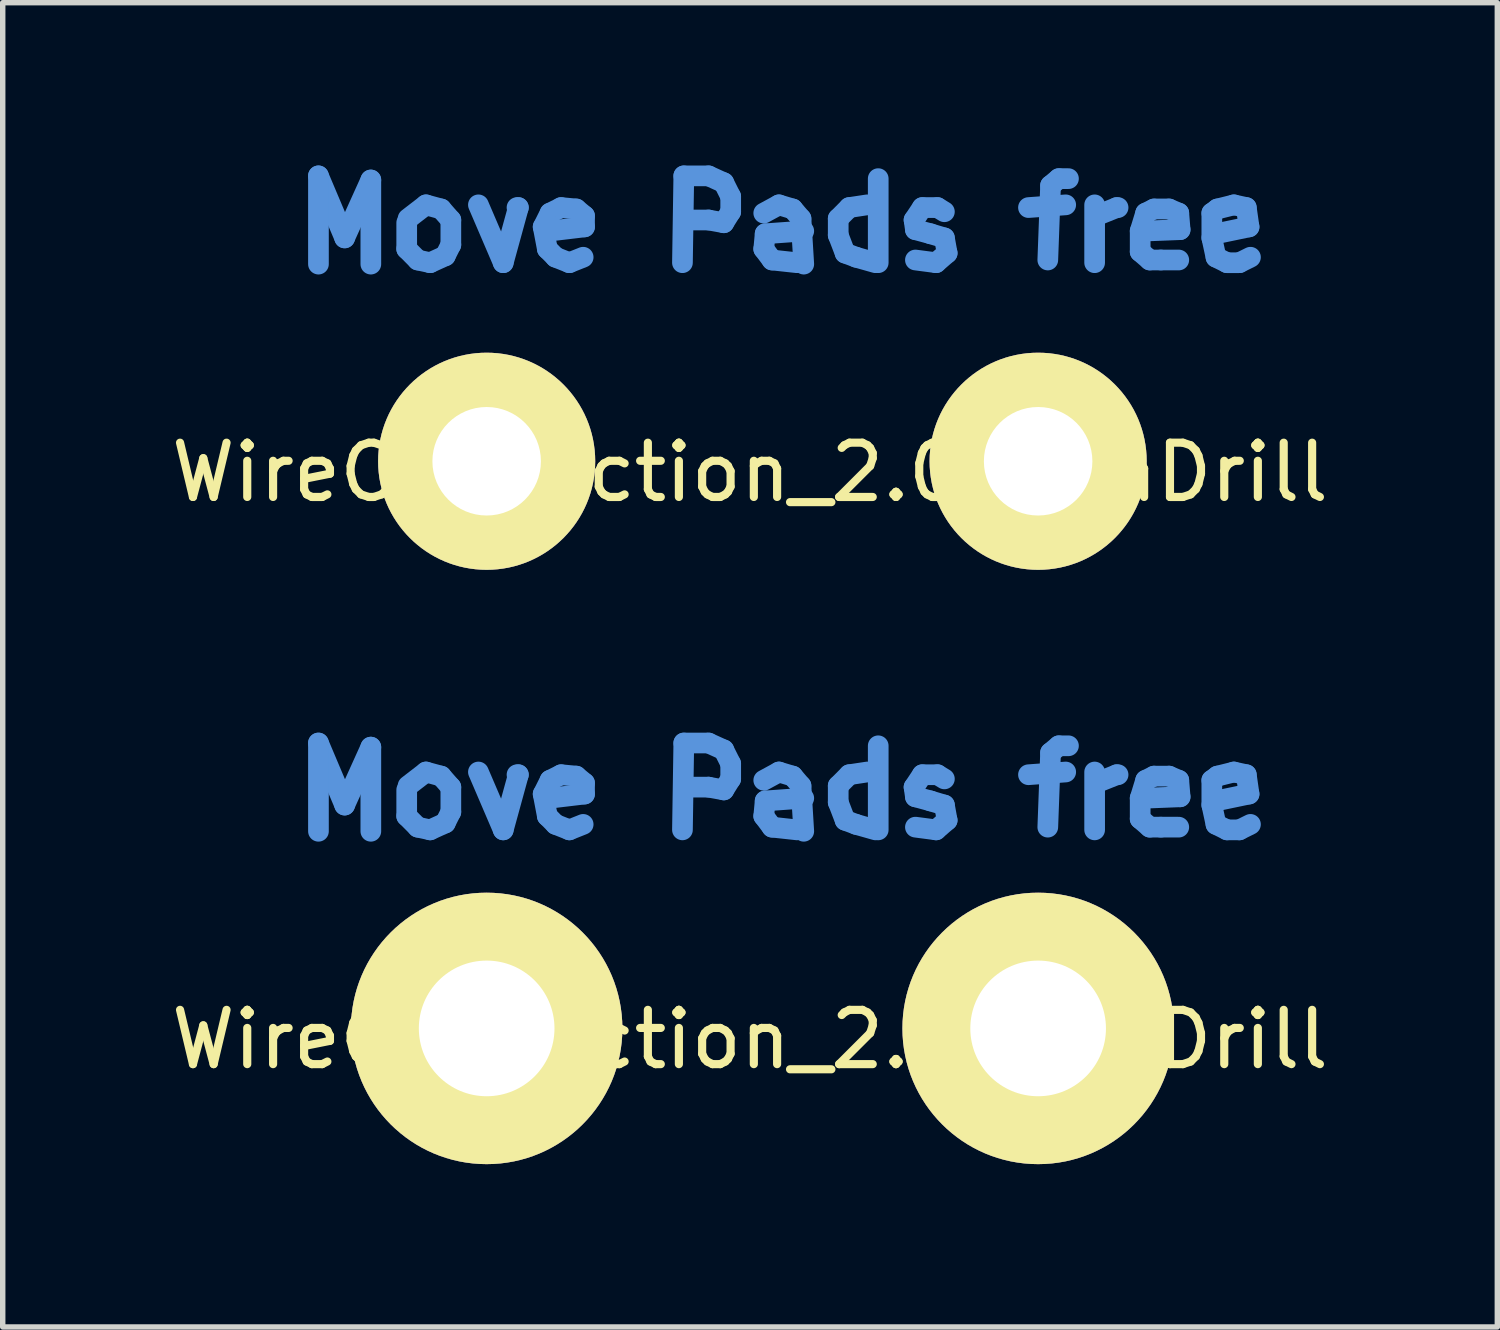
<source format=kicad_pcb>
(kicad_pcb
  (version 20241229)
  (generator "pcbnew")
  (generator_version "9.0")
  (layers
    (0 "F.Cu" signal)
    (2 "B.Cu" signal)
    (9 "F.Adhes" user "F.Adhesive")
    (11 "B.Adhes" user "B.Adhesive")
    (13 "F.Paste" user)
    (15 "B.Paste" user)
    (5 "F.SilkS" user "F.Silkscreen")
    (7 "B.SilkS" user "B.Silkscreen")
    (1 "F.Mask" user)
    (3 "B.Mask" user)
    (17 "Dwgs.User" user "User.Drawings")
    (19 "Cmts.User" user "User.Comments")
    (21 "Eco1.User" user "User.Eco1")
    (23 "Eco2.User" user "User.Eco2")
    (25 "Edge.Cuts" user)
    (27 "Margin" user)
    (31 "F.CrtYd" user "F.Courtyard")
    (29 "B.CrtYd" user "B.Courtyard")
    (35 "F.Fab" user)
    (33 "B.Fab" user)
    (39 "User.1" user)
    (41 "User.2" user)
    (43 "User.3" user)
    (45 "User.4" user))
  (footprint "WireConnection_2.00mmDrill"
    (layer "F.Cu")
    (at 5.916 5.448)
    (property "Reference" "WireConnection_2.00mmDrill" (at 4.851 0.203 0) (layer "F.SilkS") (effects (font (size 1 1) (thickness 0.15))))
    (attr through_hole)
    (fp_line (start -3.099 -5.258) (end -2.616 -4.115) (stroke (width 0.381) (type solid)) (layer "Cmts.User"))
    (fp_line (start -3.099 -3.632) (end -3.099 -5.258) (stroke (width 0.381) (type solid)) (layer "Cmts.User"))
    (fp_line (start -2.616 -4.115) (end -2.134 -5.182) (stroke (width 0.381) (type solid)) (layer "Cmts.User"))
    (fp_line (start -2.134 -5.182) (end -2.134 -3.632) (stroke (width 0.381) (type solid)) (layer "Cmts.User"))
    (fp_line (start -1.473 -4.394) (end -1.473 -3.912) (stroke (width 0.381) (type solid)) (layer "Cmts.User"))
    (fp_line (start -1.473 -3.912) (end -1.27 -3.708) (stroke (width 0.381) (type solid)) (layer "Cmts.User"))
    (fp_line (start -1.27 -3.708) (end -1.041 -3.658) (stroke (width 0.381) (type solid)) (layer "Cmts.User"))
    (fp_line (start -1.118 -4.724) (end -1.448 -4.47) (stroke (width 0.381) (type solid)) (layer "Cmts.User"))
    (fp_line (start -1.041 -3.658) (end -0.762 -3.785) (stroke (width 0.381) (type solid)) (layer "Cmts.User"))
    (fp_line (start -0.838 -4.648) (end -1.118 -4.724) (stroke (width 0.381) (type solid)) (layer "Cmts.User"))
    (fp_line (start -0.762 -3.785) (end -0.66 -3.988) (stroke (width 0.381) (type solid)) (layer "Cmts.User"))
    (fp_line (start -0.66 -4.445) (end -0.838 -4.648) (stroke (width 0.381) (type solid)) (layer "Cmts.User"))
    (fp_line (start -0.66 -3.988) (end -0.66 -4.445) (stroke (width 0.381) (type solid)) (layer "Cmts.User"))
    (fp_line (start -0.152 -4.724) (end 0.305 -3.658) (stroke (width 0.381) (type solid)) (layer "Cmts.User"))
    (fp_line (start 0.305 -3.658) (end 0.584 -4.674) (stroke (width 0.381) (type solid)) (layer "Cmts.User"))
    (fp_line (start 0.584 -4.674) (end 0.559 -4.674) (stroke (width 0.381) (type solid)) (layer "Cmts.User"))
    (fp_line (start 1.041 -4.318) (end 1.168 -4.572) (stroke (width 0.381) (type solid)) (layer "Cmts.User"))
    (fp_line (start 1.118 -3.912) (end 1.041 -4.318) (stroke (width 0.381) (type solid)) (layer "Cmts.User"))
    (fp_line (start 1.168 -4.572) (end 1.372 -4.674) (stroke (width 0.381) (type solid)) (layer "Cmts.User"))
    (fp_line (start 1.27 -3.759) (end 1.118 -3.912) (stroke (width 0.381) (type solid)) (layer "Cmts.User"))
    (fp_line (start 1.372 -4.674) (end 1.651 -4.648) (stroke (width 0.381) (type solid)) (layer "Cmts.User"))
    (fp_line (start 1.524 -3.658) (end 1.27 -3.759) (stroke (width 0.381) (type solid)) (layer "Cmts.User"))
    (fp_line (start 1.651 -4.648) (end 1.803 -4.521) (stroke (width 0.381) (type solid)) (layer "Cmts.User"))
    (fp_line (start 1.778 -3.759) (end 1.524 -3.658) (stroke (width 0.381) (type solid)) (layer "Cmts.User"))
    (fp_line (start 1.803 -4.521) (end 1.803 -4.318) (stroke (width 0.381) (type solid)) (layer "Cmts.User"))
    (fp_line (start 1.803 -4.318) (end 1.168 -4.242) (stroke (width 0.381) (type solid)) (layer "Cmts.User"))
    (fp_line (start 3.607 -3.658) (end 3.632 -5.258) (stroke (width 0.381) (type solid)) (layer "Cmts.User"))
    (fp_line (start 3.632 -5.258) (end 4.089 -5.258) (stroke (width 0.381) (type solid)) (layer "Cmts.User"))
    (fp_line (start 4.089 -5.258) (end 4.369 -5.131) (stroke (width 0.381) (type solid)) (layer "Cmts.User"))
    (fp_line (start 4.089 -4.445) (end 3.632 -4.445) (stroke (width 0.381) (type solid)) (layer "Cmts.User"))
    (fp_line (start 4.369 -5.131) (end 4.496 -4.877) (stroke (width 0.381) (type solid)) (layer "Cmts.User"))
    (fp_line (start 4.369 -4.394) (end 4.089 -4.445) (stroke (width 0.381) (type solid)) (layer "Cmts.User"))
    (fp_line (start 4.496 -4.877) (end 4.496 -4.597) (stroke (width 0.381) (type solid)) (layer "Cmts.User"))
    (fp_line (start 4.496 -4.597) (end 4.369 -4.394) (stroke (width 0.381) (type solid)) (layer "Cmts.User"))
    (fp_line (start 5.105 -4.572) (end 5.385 -4.724) (stroke (width 0.381) (type solid)) (layer "Cmts.User"))
    (fp_line (start 5.105 -3.912) (end 5.131 -4.191) (stroke (width 0.381) (type solid)) (layer "Cmts.User"))
    (fp_line (start 5.131 -4.191) (end 5.842 -4.242) (stroke (width 0.381) (type solid)) (layer "Cmts.User"))
    (fp_line (start 5.258 -3.708) (end 5.105 -3.912) (stroke (width 0.381) (type solid)) (layer "Cmts.User"))
    (fp_line (start 5.385 -4.724) (end 5.639 -4.648) (stroke (width 0.381) (type solid)) (layer "Cmts.User"))
    (fp_line (start 5.639 -4.648) (end 5.791 -4.47) (stroke (width 0.381) (type solid)) (layer "Cmts.User"))
    (fp_line (start 5.715 -3.658) (end 5.258 -3.708) (stroke (width 0.381) (type solid)) (layer "Cmts.User"))
    (fp_line (start 5.791 -4.47) (end 5.842 -3.632) (stroke (width 0.381) (type solid)) (layer "Cmts.User"))
    (fp_line (start 6.477 -4.47) (end 6.68 -4.674) (stroke (width 0.381) (type solid)) (layer "Cmts.User"))
    (fp_line (start 6.477 -4.166) (end 6.477 -4.47) (stroke (width 0.381) (type solid)) (layer "Cmts.User"))
    (fp_line (start 6.604 -3.835) (end 6.477 -4.166) (stroke (width 0.381) (type solid)) (layer "Cmts.User"))
    (fp_line (start 6.68 -4.674) (end 7.01 -4.724) (stroke (width 0.381) (type solid)) (layer "Cmts.User"))
    (fp_line (start 6.807 -3.759) (end 6.604 -3.835) (stroke (width 0.381) (type solid)) (layer "Cmts.User"))
    (fp_line (start 7.163 -3.658) (end 6.807 -3.759) (stroke (width 0.381) (type solid)) (layer "Cmts.User"))
    (fp_line (start 7.214 -5.207) (end 7.214 -3.658) (stroke (width 0.381) (type solid)) (layer "Cmts.User"))
    (fp_line (start 7.874 -4.445) (end 7.899 -4.267) (stroke (width 0.381) (type solid)) (layer "Cmts.User"))
    (fp_line (start 7.899 -4.267) (end 8.179 -4.191) (stroke (width 0.381) (type solid)) (layer "Cmts.User"))
    (fp_line (start 8.026 -4.674) (end 7.874 -4.445) (stroke (width 0.381) (type solid)) (layer "Cmts.User"))
    (fp_line (start 8.179 -4.191) (end 8.433 -4.115) (stroke (width 0.381) (type solid)) (layer "Cmts.User"))
    (fp_line (start 8.28 -3.658) (end 7.899 -3.708) (stroke (width 0.381) (type solid)) (layer "Cmts.User"))
    (fp_line (start 8.306 -4.674) (end 8.026 -4.674) (stroke (width 0.381) (type solid)) (layer "Cmts.User"))
    (fp_line (start 8.433 -4.597) (end 8.306 -4.674) (stroke (width 0.381) (type solid)) (layer "Cmts.User"))
    (fp_line (start 8.433 -4.115) (end 8.484 -3.835) (stroke (width 0.381) (type solid)) (layer "Cmts.User"))
    (fp_line (start 8.484 -3.835) (end 8.28 -3.658) (stroke (width 0.381) (type solid)) (layer "Cmts.User"))
    (fp_line (start 9.982 -4.674) (end 10.668 -4.724) (stroke (width 0.381) (type solid)) (layer "Cmts.User"))
    (fp_line (start 10.389 -5.08) (end 10.338 -3.708) (stroke (width 0.381) (type solid)) (layer "Cmts.User"))
    (fp_line (start 10.541 -5.207) (end 10.389 -5.08) (stroke (width 0.381) (type solid)) (layer "Cmts.User"))
    (fp_line (start 10.719 -5.207) (end 10.541 -5.207) (stroke (width 0.381) (type solid)) (layer "Cmts.User"))
    (fp_line (start 11.201 -4.724) (end 11.201 -3.658) (stroke (width 0.381) (type solid)) (layer "Cmts.User"))
    (fp_line (start 11.227 -4.521) (end 11.608 -4.674) (stroke (width 0.381) (type solid)) (layer "Cmts.User"))
    (fp_line (start 11.608 -4.674) (end 11.633 -4.674) (stroke (width 0.381) (type solid)) (layer "Cmts.User"))
    (fp_line (start 12.04 -4.242) (end 12.141 -4.572) (stroke (width 0.381) (type solid)) (layer "Cmts.User"))
    (fp_line (start 12.04 -3.861) (end 12.04 -4.242) (stroke (width 0.381) (type solid)) (layer "Cmts.User"))
    (fp_line (start 12.141 -4.572) (end 12.294 -4.648) (stroke (width 0.381) (type solid)) (layer "Cmts.User"))
    (fp_line (start 12.217 -3.708) (end 12.04 -3.861) (stroke (width 0.381) (type solid)) (layer "Cmts.User"))
    (fp_line (start 12.294 -4.648) (end 12.573 -4.648) (stroke (width 0.381) (type solid)) (layer "Cmts.User"))
    (fp_line (start 12.421 -3.708) (end 12.217 -3.708) (stroke (width 0.381) (type solid)) (layer "Cmts.User"))
    (fp_line (start 12.573 -4.648) (end 12.751 -4.572) (stroke (width 0.381) (type solid)) (layer "Cmts.User"))
    (fp_line (start 12.751 -4.572) (end 12.776 -4.267) (stroke (width 0.381) (type solid)) (layer "Cmts.User"))
    (fp_line (start 12.751 -3.708) (end 12.421 -3.708) (stroke (width 0.381) (type solid)) (layer "Cmts.User"))
    (fp_line (start 12.776 -4.267) (end 12.141 -4.242) (stroke (width 0.381) (type solid)) (layer "Cmts.User"))
    (fp_line (start 13.36 -4.572) (end 13.462 -4.648) (stroke (width 0.381) (type solid)) (layer "Cmts.User"))
    (fp_line (start 13.36 -4.115) (end 13.36 -4.572) (stroke (width 0.381) (type solid)) (layer "Cmts.User"))
    (fp_line (start 13.437 -4.191) (end 13.437 -4.242) (stroke (width 0.381) (type solid)) (layer "Cmts.User"))
    (fp_line (start 13.437 -3.759) (end 13.36 -4.115) (stroke (width 0.381) (type solid)) (layer "Cmts.User"))
    (fp_line (start 13.462 -4.648) (end 13.767 -4.724) (stroke (width 0.381) (type solid)) (layer "Cmts.User"))
    (fp_line (start 13.64 -3.658) (end 13.437 -3.759) (stroke (width 0.381) (type solid)) (layer "Cmts.User"))
    (fp_line (start 13.767 -4.724) (end 13.995 -4.674) (stroke (width 0.381) (type solid)) (layer "Cmts.User"))
    (fp_line (start 13.868 -3.658) (end 13.64 -3.658) (stroke (width 0.381) (type solid)) (layer "Cmts.User"))
    (fp_line (start 13.995 -4.674) (end 14.046 -4.318) (stroke (width 0.381) (type solid)) (layer "Cmts.User"))
    (fp_line (start 14.046 -4.318) (end 13.437 -4.191) (stroke (width 0.381) (type solid)) (layer "Cmts.User"))
    (fp_line (start 14.072 -3.759) (end 13.868 -3.658) (stroke (width 0.381) (type solid)) (layer "Cmts.User"))
    (pad "1" thru_hole circle (at 0 0) (size 4 4) (drill 1.999) (layers "*.Cu" "*.Mask" "F.SilkS"))
    (pad "2" thru_hole circle (at 10.16 0) (size 4 4) (drill 1.999) (layers "*.Cu" "*.Mask" "F.SilkS")))
  (footprint "WireConnection_2.50mmDrill"
    (layer "F.Cu")
    (at 5.916 15.897)
    (property "Reference" "WireConnection_2.50mmDrill" (at 4.851 0.203 0) (layer "F.SilkS") (effects (font (size 1 1) (thickness 0.15))))
    (attr through_hole)
    (fp_line (start -3.099 -5.258) (end -2.616 -4.115) (stroke (width 0.381) (type solid)) (layer "Cmts.User"))
    (fp_line (start -3.099 -3.632) (end -3.099 -5.258) (stroke (width 0.381) (type solid)) (layer "Cmts.User"))
    (fp_line (start -2.616 -4.115) (end -2.134 -5.182) (stroke (width 0.381) (type solid)) (layer "Cmts.User"))
    (fp_line (start -2.134 -5.182) (end -2.134 -3.632) (stroke (width 0.381) (type solid)) (layer "Cmts.User"))
    (fp_line (start -1.473 -4.394) (end -1.473 -3.912) (stroke (width 0.381) (type solid)) (layer "Cmts.User"))
    (fp_line (start -1.473 -3.912) (end -1.27 -3.708) (stroke (width 0.381) (type solid)) (layer "Cmts.User"))
    (fp_line (start -1.27 -3.708) (end -1.041 -3.658) (stroke (width 0.381) (type solid)) (layer "Cmts.User"))
    (fp_line (start -1.118 -4.724) (end -1.448 -4.47) (stroke (width 0.381) (type solid)) (layer "Cmts.User"))
    (fp_line (start -1.041 -3.658) (end -0.762 -3.785) (stroke (width 0.381) (type solid)) (layer "Cmts.User"))
    (fp_line (start -0.838 -4.648) (end -1.118 -4.724) (stroke (width 0.381) (type solid)) (layer "Cmts.User"))
    (fp_line (start -0.762 -3.785) (end -0.66 -3.988) (stroke (width 0.381) (type solid)) (layer "Cmts.User"))
    (fp_line (start -0.66 -4.445) (end -0.838 -4.648) (stroke (width 0.381) (type solid)) (layer "Cmts.User"))
    (fp_line (start -0.66 -3.988) (end -0.66 -4.445) (stroke (width 0.381) (type solid)) (layer "Cmts.User"))
    (fp_line (start -0.152 -4.724) (end 0.305 -3.658) (stroke (width 0.381) (type solid)) (layer "Cmts.User"))
    (fp_line (start 0.305 -3.658) (end 0.584 -4.674) (stroke (width 0.381) (type solid)) (layer "Cmts.User"))
    (fp_line (start 0.584 -4.674) (end 0.559 -4.674) (stroke (width 0.381) (type solid)) (layer "Cmts.User"))
    (fp_line (start 1.041 -4.318) (end 1.168 -4.572) (stroke (width 0.381) (type solid)) (layer "Cmts.User"))
    (fp_line (start 1.118 -3.912) (end 1.041 -4.318) (stroke (width 0.381) (type solid)) (layer "Cmts.User"))
    (fp_line (start 1.168 -4.572) (end 1.372 -4.674) (stroke (width 0.381) (type solid)) (layer "Cmts.User"))
    (fp_line (start 1.27 -3.759) (end 1.118 -3.912) (stroke (width 0.381) (type solid)) (layer "Cmts.User"))
    (fp_line (start 1.372 -4.674) (end 1.651 -4.648) (stroke (width 0.381) (type solid)) (layer "Cmts.User"))
    (fp_line (start 1.524 -3.658) (end 1.27 -3.759) (stroke (width 0.381) (type solid)) (layer "Cmts.User"))
    (fp_line (start 1.651 -4.648) (end 1.803 -4.521) (stroke (width 0.381) (type solid)) (layer "Cmts.User"))
    (fp_line (start 1.778 -3.759) (end 1.524 -3.658) (stroke (width 0.381) (type solid)) (layer "Cmts.User"))
    (fp_line (start 1.803 -4.521) (end 1.803 -4.318) (stroke (width 0.381) (type solid)) (layer "Cmts.User"))
    (fp_line (start 1.803 -4.318) (end 1.168 -4.242) (stroke (width 0.381) (type solid)) (layer "Cmts.User"))
    (fp_line (start 3.607 -3.658) (end 3.632 -5.258) (stroke (width 0.381) (type solid)) (layer "Cmts.User"))
    (fp_line (start 3.632 -5.258) (end 4.089 -5.258) (stroke (width 0.381) (type solid)) (layer "Cmts.User"))
    (fp_line (start 4.089 -5.258) (end 4.369 -5.131) (stroke (width 0.381) (type solid)) (layer "Cmts.User"))
    (fp_line (start 4.089 -4.445) (end 3.632 -4.445) (stroke (width 0.381) (type solid)) (layer "Cmts.User"))
    (fp_line (start 4.369 -5.131) (end 4.496 -4.877) (stroke (width 0.381) (type solid)) (layer "Cmts.User"))
    (fp_line (start 4.369 -4.394) (end 4.089 -4.445) (stroke (width 0.381) (type solid)) (layer "Cmts.User"))
    (fp_line (start 4.496 -4.877) (end 4.496 -4.597) (stroke (width 0.381) (type solid)) (layer "Cmts.User"))
    (fp_line (start 4.496 -4.597) (end 4.369 -4.394) (stroke (width 0.381) (type solid)) (layer "Cmts.User"))
    (fp_line (start 5.105 -4.572) (end 5.385 -4.724) (stroke (width 0.381) (type solid)) (layer "Cmts.User"))
    (fp_line (start 5.105 -3.912) (end 5.131 -4.191) (stroke (width 0.381) (type solid)) (layer "Cmts.User"))
    (fp_line (start 5.131 -4.191) (end 5.842 -4.242) (stroke (width 0.381) (type solid)) (layer "Cmts.User"))
    (fp_line (start 5.258 -3.708) (end 5.105 -3.912) (stroke (width 0.381) (type solid)) (layer "Cmts.User"))
    (fp_line (start 5.385 -4.724) (end 5.639 -4.648) (stroke (width 0.381) (type solid)) (layer "Cmts.User"))
    (fp_line (start 5.639 -4.648) (end 5.791 -4.47) (stroke (width 0.381) (type solid)) (layer "Cmts.User"))
    (fp_line (start 5.715 -3.658) (end 5.258 -3.708) (stroke (width 0.381) (type solid)) (layer "Cmts.User"))
    (fp_line (start 5.791 -4.47) (end 5.842 -3.632) (stroke (width 0.381) (type solid)) (layer "Cmts.User"))
    (fp_line (start 6.477 -4.47) (end 6.68 -4.674) (stroke (width 0.381) (type solid)) (layer "Cmts.User"))
    (fp_line (start 6.477 -4.166) (end 6.477 -4.47) (stroke (width 0.381) (type solid)) (layer "Cmts.User"))
    (fp_line (start 6.604 -3.835) (end 6.477 -4.166) (stroke (width 0.381) (type solid)) (layer "Cmts.User"))
    (fp_line (start 6.68 -4.674) (end 7.01 -4.724) (stroke (width 0.381) (type solid)) (layer "Cmts.User"))
    (fp_line (start 6.807 -3.759) (end 6.604 -3.835) (stroke (width 0.381) (type solid)) (layer "Cmts.User"))
    (fp_line (start 7.163 -3.658) (end 6.807 -3.759) (stroke (width 0.381) (type solid)) (layer "Cmts.User"))
    (fp_line (start 7.214 -5.207) (end 7.214 -3.658) (stroke (width 0.381) (type solid)) (layer "Cmts.User"))
    (fp_line (start 7.874 -4.445) (end 7.899 -4.267) (stroke (width 0.381) (type solid)) (layer "Cmts.User"))
    (fp_line (start 7.899 -4.267) (end 8.179 -4.191) (stroke (width 0.381) (type solid)) (layer "Cmts.User"))
    (fp_line (start 8.026 -4.674) (end 7.874 -4.445) (stroke (width 0.381) (type solid)) (layer "Cmts.User"))
    (fp_line (start 8.179 -4.191) (end 8.433 -4.115) (stroke (width 0.381) (type solid)) (layer "Cmts.User"))
    (fp_line (start 8.28 -3.658) (end 7.899 -3.708) (stroke (width 0.381) (type solid)) (layer "Cmts.User"))
    (fp_line (start 8.306 -4.674) (end 8.026 -4.674) (stroke (width 0.381) (type solid)) (layer "Cmts.User"))
    (fp_line (start 8.433 -4.597) (end 8.306 -4.674) (stroke (width 0.381) (type solid)) (layer "Cmts.User"))
    (fp_line (start 8.433 -4.115) (end 8.484 -3.835) (stroke (width 0.381) (type solid)) (layer "Cmts.User"))
    (fp_line (start 8.484 -3.835) (end 8.28 -3.658) (stroke (width 0.381) (type solid)) (layer "Cmts.User"))
    (fp_line (start 9.982 -4.674) (end 10.668 -4.724) (stroke (width 0.381) (type solid)) (layer "Cmts.User"))
    (fp_line (start 10.389 -5.08) (end 10.338 -3.708) (stroke (width 0.381) (type solid)) (layer "Cmts.User"))
    (fp_line (start 10.541 -5.207) (end 10.389 -5.08) (stroke (width 0.381) (type solid)) (layer "Cmts.User"))
    (fp_line (start 10.719 -5.207) (end 10.541 -5.207) (stroke (width 0.381) (type solid)) (layer "Cmts.User"))
    (fp_line (start 11.201 -4.724) (end 11.201 -3.658) (stroke (width 0.381) (type solid)) (layer "Cmts.User"))
    (fp_line (start 11.227 -4.521) (end 11.608 -4.674) (stroke (width 0.381) (type solid)) (layer "Cmts.User"))
    (fp_line (start 11.608 -4.674) (end 11.633 -4.674) (stroke (width 0.381) (type solid)) (layer "Cmts.User"))
    (fp_line (start 12.04 -4.242) (end 12.141 -4.572) (stroke (width 0.381) (type solid)) (layer "Cmts.User"))
    (fp_line (start 12.04 -3.861) (end 12.04 -4.242) (stroke (width 0.381) (type solid)) (layer "Cmts.User"))
    (fp_line (start 12.141 -4.572) (end 12.294 -4.648) (stroke (width 0.381) (type solid)) (layer "Cmts.User"))
    (fp_line (start 12.217 -3.708) (end 12.04 -3.861) (stroke (width 0.381) (type solid)) (layer "Cmts.User"))
    (fp_line (start 12.294 -4.648) (end 12.573 -4.648) (stroke (width 0.381) (type solid)) (layer "Cmts.User"))
    (fp_line (start 12.421 -3.708) (end 12.217 -3.708) (stroke (width 0.381) (type solid)) (layer "Cmts.User"))
    (fp_line (start 12.573 -4.648) (end 12.751 -4.572) (stroke (width 0.381) (type solid)) (layer "Cmts.User"))
    (fp_line (start 12.751 -4.572) (end 12.776 -4.267) (stroke (width 0.381) (type solid)) (layer "Cmts.User"))
    (fp_line (start 12.751 -3.708) (end 12.421 -3.708) (stroke (width 0.381) (type solid)) (layer "Cmts.User"))
    (fp_line (start 12.776 -4.267) (end 12.141 -4.242) (stroke (width 0.381) (type solid)) (layer "Cmts.User"))
    (fp_line (start 13.36 -4.572) (end 13.462 -4.648) (stroke (width 0.381) (type solid)) (layer "Cmts.User"))
    (fp_line (start 13.36 -4.115) (end 13.36 -4.572) (stroke (width 0.381) (type solid)) (layer "Cmts.User"))
    (fp_line (start 13.437 -4.191) (end 13.437 -4.242) (stroke (width 0.381) (type solid)) (layer "Cmts.User"))
    (fp_line (start 13.437 -3.759) (end 13.36 -4.115) (stroke (width 0.381) (type solid)) (layer "Cmts.User"))
    (fp_line (start 13.462 -4.648) (end 13.767 -4.724) (stroke (width 0.381) (type solid)) (layer "Cmts.User"))
    (fp_line (start 13.64 -3.658) (end 13.437 -3.759) (stroke (width 0.381) (type solid)) (layer "Cmts.User"))
    (fp_line (start 13.767 -4.724) (end 13.995 -4.674) (stroke (width 0.381) (type solid)) (layer "Cmts.User"))
    (fp_line (start 13.868 -3.658) (end 13.64 -3.658) (stroke (width 0.381) (type solid)) (layer "Cmts.User"))
    (fp_line (start 13.995 -4.674) (end 14.046 -4.318) (stroke (width 0.381) (type solid)) (layer "Cmts.User"))
    (fp_line (start 14.046 -4.318) (end 13.437 -4.191) (stroke (width 0.381) (type solid)) (layer "Cmts.User"))
    (fp_line (start 14.072 -3.759) (end 13.868 -3.658) (stroke (width 0.381) (type solid)) (layer "Cmts.User"))
    (pad "1" thru_hole circle (at 0 0) (size 5.001 5.001) (drill 2.499) (layers "*.Cu" "*.Mask" "F.SilkS"))
    (pad "2" thru_hole circle (at 10.16 0) (size 5.001 5.001) (drill 2.499) (layers "*.Cu" "*.Mask" "F.SilkS")))
  (gr_rect
    (start -3 -3)
    (end 24.536 21.397)
    (stroke (width 0.1) (type default))
    (fill no)
    (layer "Edge.Cuts")))
</source>
